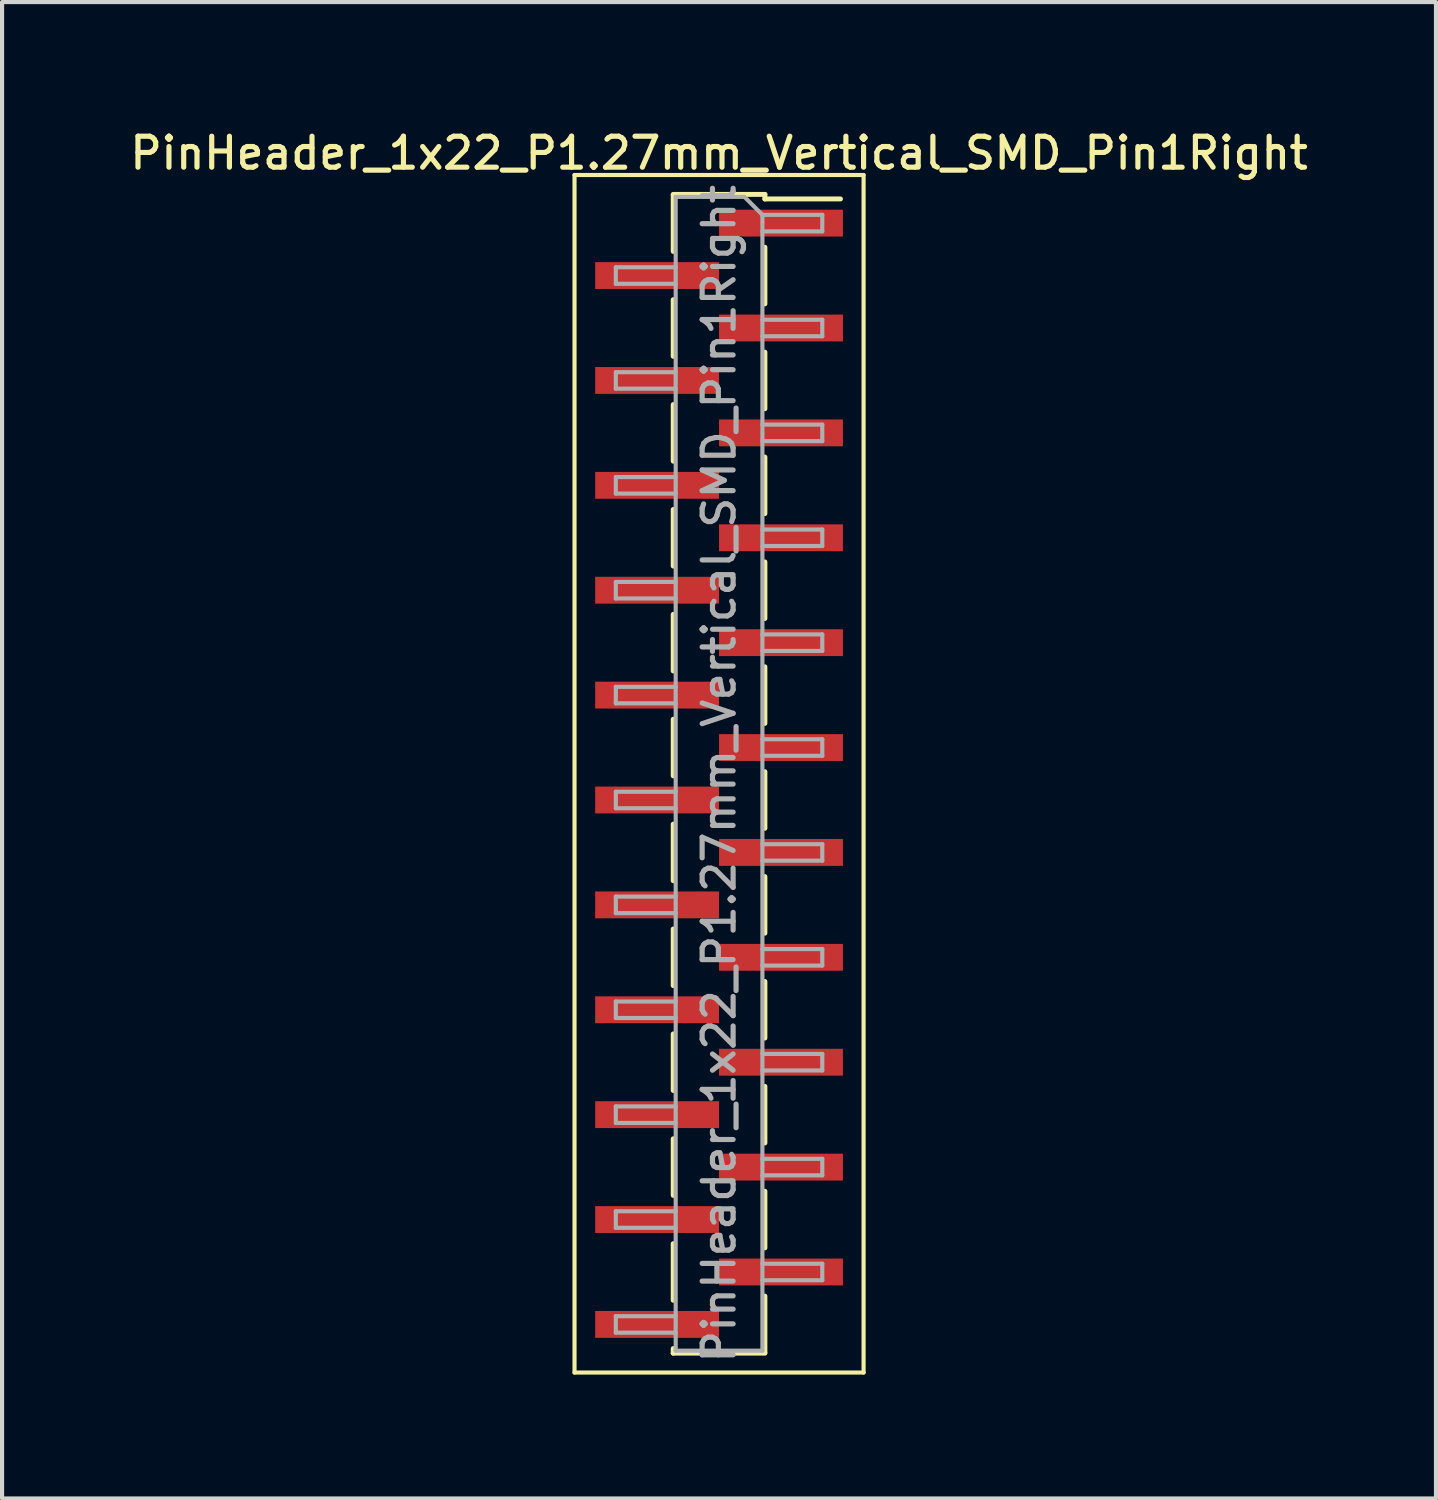
<source format=kicad_pcb>
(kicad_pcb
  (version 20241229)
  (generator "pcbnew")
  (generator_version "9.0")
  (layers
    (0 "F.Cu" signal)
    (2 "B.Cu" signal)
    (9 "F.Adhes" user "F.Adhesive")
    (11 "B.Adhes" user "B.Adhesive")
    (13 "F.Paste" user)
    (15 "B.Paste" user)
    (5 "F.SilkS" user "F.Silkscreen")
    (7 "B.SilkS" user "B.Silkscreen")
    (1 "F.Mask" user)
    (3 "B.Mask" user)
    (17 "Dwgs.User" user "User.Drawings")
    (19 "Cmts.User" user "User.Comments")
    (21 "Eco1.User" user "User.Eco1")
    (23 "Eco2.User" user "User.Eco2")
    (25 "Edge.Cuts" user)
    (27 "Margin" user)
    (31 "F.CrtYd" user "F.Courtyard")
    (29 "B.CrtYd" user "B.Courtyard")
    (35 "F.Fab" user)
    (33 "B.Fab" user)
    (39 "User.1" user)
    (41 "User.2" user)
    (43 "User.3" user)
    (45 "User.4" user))
  (footprint "PinHeader_1x22_P1.27mm_Vertical_SMD_Pin1Right"
    (layer "F.Cu")
    (at 14.363 15.688)
    (property "Reference" "PinHeader_1x22_P1.27mm_Vertical_SMD_Pin1Right" (at 0 -15.03 0) (layer "F.SilkS") (effects (font (size 0.75 0.75) (thickness 0.125))))
    (attr smd)
    (fp_line (start -3.5 -14.5) (end -3.5 14.5) (stroke (width 0.1) (type solid)) (layer "F.SilkS"))
    (fp_line (start -3.5 14.5) (end 3.5 14.5) (stroke (width 0.1) (type solid)) (layer "F.SilkS"))
    (fp_line (start -1.11 -14.03) (end 1.11 -14.03) (stroke (width 0.12) (type solid)) (layer "F.SilkS"))
    (fp_line (start -1.11 -14.02) (end -1.11 -12.65) (stroke (width 0.12) (type solid)) (layer "F.SilkS"))
    (fp_line (start -1.11 -11.48) (end -1.11 -10.11) (stroke (width 0.12) (type solid)) (layer "F.SilkS"))
    (fp_line (start -1.11 -8.94) (end -1.11 -7.57) (stroke (width 0.12) (type solid)) (layer "F.SilkS"))
    (fp_line (start -1.11 -6.4) (end -1.11 -5.03) (stroke (width 0.12) (type solid)) (layer "F.SilkS"))
    (fp_line (start -1.11 -3.86) (end -1.11 -2.49) (stroke (width 0.12) (type solid)) (layer "F.SilkS"))
    (fp_line (start -1.11 -1.32) (end -1.11 0.05) (stroke (width 0.12) (type solid)) (layer "F.SilkS"))
    (fp_line (start -1.11 1.22) (end -1.11 2.59) (stroke (width 0.12) (type solid)) (layer "F.SilkS"))
    (fp_line (start -1.11 3.76) (end -1.11 5.13) (stroke (width 0.12) (type solid)) (layer "F.SilkS"))
    (fp_line (start -1.11 6.3) (end -1.11 7.67) (stroke (width 0.12) (type solid)) (layer "F.SilkS"))
    (fp_line (start -1.11 8.84) (end -1.11 10.21) (stroke (width 0.12) (type solid)) (layer "F.SilkS"))
    (fp_line (start -1.11 11.38) (end -1.11 12.75) (stroke (width 0.12) (type solid)) (layer "F.SilkS"))
    (fp_line (start -1.11 13.92) (end -1.11 14.03) (stroke (width 0.12) (type solid)) (layer "F.SilkS"))
    (fp_line (start -1.11 14.03) (end 1.11 14.03) (stroke (width 0.12) (type solid)) (layer "F.SilkS"))
    (fp_line (start 1.11 -14.03) (end 1.11 -13.92) (stroke (width 0.12) (type solid)) (layer "F.SilkS"))
    (fp_line (start 1.11 -13.92) (end 2.94 -13.92) (stroke (width 0.12) (type solid)) (layer "F.SilkS"))
    (fp_line (start 1.11 -12.75) (end 1.11 -11.38) (stroke (width 0.12) (type solid)) (layer "F.SilkS"))
    (fp_line (start 1.11 -10.21) (end 1.11 -8.84) (stroke (width 0.12) (type solid)) (layer "F.SilkS"))
    (fp_line (start 1.11 -7.67) (end 1.11 -6.3) (stroke (width 0.12) (type solid)) (layer "F.SilkS"))
    (fp_line (start 1.11 -5.13) (end 1.11 -3.76) (stroke (width 0.12) (type solid)) (layer "F.SilkS"))
    (fp_line (start 1.11 -2.59) (end 1.11 -1.22) (stroke (width 0.12) (type solid)) (layer "F.SilkS"))
    (fp_line (start 1.11 -0.05) (end 1.11 1.32) (stroke (width 0.12) (type solid)) (layer "F.SilkS"))
    (fp_line (start 1.11 2.49) (end 1.11 3.86) (stroke (width 0.12) (type solid)) (layer "F.SilkS"))
    (fp_line (start 1.11 5.03) (end 1.11 6.4) (stroke (width 0.12) (type solid)) (layer "F.SilkS"))
    (fp_line (start 1.11 7.57) (end 1.11 8.94) (stroke (width 0.12) (type solid)) (layer "F.SilkS"))
    (fp_line (start 1.11 10.11) (end 1.11 11.48) (stroke (width 0.12) (type solid)) (layer "F.SilkS"))
    (fp_line (start 1.11 12.65) (end 1.11 14.02) (stroke (width 0.12) (type solid)) (layer "F.SilkS"))
    (fp_line (start 3.5 -14.5) (end -3.5 -14.5) (stroke (width 0.1) (type solid)) (layer "F.SilkS"))
    (fp_line (start 3.5 14.5) (end 3.5 -14.5) (stroke (width 0.1) (type solid)) (layer "F.SilkS"))
    (fp_line (start -2.5 -12.265) (end -2.5 -11.865) (stroke (width 0.1) (type solid)) (layer "F.Fab"))
    (fp_line (start -2.5 -11.865) (end -1.05 -11.865) (stroke (width 0.1) (type solid)) (layer "F.Fab"))
    (fp_line (start -2.5 -9.725) (end -2.5 -9.325) (stroke (width 0.1) (type solid)) (layer "F.Fab"))
    (fp_line (start -2.5 -9.325) (end -1.05 -9.325) (stroke (width 0.1) (type solid)) (layer "F.Fab"))
    (fp_line (start -2.5 -7.185) (end -2.5 -6.785) (stroke (width 0.1) (type solid)) (layer "F.Fab"))
    (fp_line (start -2.5 -6.785) (end -1.05 -6.785) (stroke (width 0.1) (type solid)) (layer "F.Fab"))
    (fp_line (start -2.5 -4.645) (end -2.5 -4.245) (stroke (width 0.1) (type solid)) (layer "F.Fab"))
    (fp_line (start -2.5 -4.245) (end -1.05 -4.245) (stroke (width 0.1) (type solid)) (layer "F.Fab"))
    (fp_line (start -2.5 -2.105) (end -2.5 -1.705) (stroke (width 0.1) (type solid)) (layer "F.Fab"))
    (fp_line (start -2.5 -1.705) (end -1.05 -1.705) (stroke (width 0.1) (type solid)) (layer "F.Fab"))
    (fp_line (start -2.5 0.435) (end -2.5 0.835) (stroke (width 0.1) (type solid)) (layer "F.Fab"))
    (fp_line (start -2.5 0.835) (end -1.05 0.835) (stroke (width 0.1) (type solid)) (layer "F.Fab"))
    (fp_line (start -2.5 2.975) (end -2.5 3.375) (stroke (width 0.1) (type solid)) (layer "F.Fab"))
    (fp_line (start -2.5 3.375) (end -1.05 3.375) (stroke (width 0.1) (type solid)) (layer "F.Fab"))
    (fp_line (start -2.5 5.515) (end -2.5 5.915) (stroke (width 0.1) (type solid)) (layer "F.Fab"))
    (fp_line (start -2.5 5.915) (end -1.05 5.915) (stroke (width 0.1) (type solid)) (layer "F.Fab"))
    (fp_line (start -2.5 8.055) (end -2.5 8.455) (stroke (width 0.1) (type solid)) (layer "F.Fab"))
    (fp_line (start -2.5 8.455) (end -1.05 8.455) (stroke (width 0.1) (type solid)) (layer "F.Fab"))
    (fp_line (start -2.5 10.595) (end -2.5 10.995) (stroke (width 0.1) (type solid)) (layer "F.Fab"))
    (fp_line (start -2.5 10.995) (end -1.05 10.995) (stroke (width 0.1) (type solid)) (layer "F.Fab"))
    (fp_line (start -2.5 13.135) (end -2.5 13.535) (stroke (width 0.1) (type solid)) (layer "F.Fab"))
    (fp_line (start -2.5 13.535) (end -1.05 13.535) (stroke (width 0.1) (type solid)) (layer "F.Fab"))
    (fp_line (start -1.05 -13.97) (end -1.05 13.97) (stroke (width 0.1) (type solid)) (layer "F.Fab"))
    (fp_line (start -1.05 -13.97) (end 0.615 -13.97) (stroke (width 0.1) (type solid)) (layer "F.Fab"))
    (fp_line (start -1.05 -12.265) (end -2.5 -12.265) (stroke (width 0.1) (type solid)) (layer "F.Fab"))
    (fp_line (start -1.05 -9.725) (end -2.5 -9.725) (stroke (width 0.1) (type solid)) (layer "F.Fab"))
    (fp_line (start -1.05 -7.185) (end -2.5 -7.185) (stroke (width 0.1) (type solid)) (layer "F.Fab"))
    (fp_line (start -1.05 -4.645) (end -2.5 -4.645) (stroke (width 0.1) (type solid)) (layer "F.Fab"))
    (fp_line (start -1.05 -2.105) (end -2.5 -2.105) (stroke (width 0.1) (type solid)) (layer "F.Fab"))
    (fp_line (start -1.05 0.435) (end -2.5 0.435) (stroke (width 0.1) (type solid)) (layer "F.Fab"))
    (fp_line (start -1.05 2.975) (end -2.5 2.975) (stroke (width 0.1) (type solid)) (layer "F.Fab"))
    (fp_line (start -1.05 5.515) (end -2.5 5.515) (stroke (width 0.1) (type solid)) (layer "F.Fab"))
    (fp_line (start -1.05 8.055) (end -2.5 8.055) (stroke (width 0.1) (type solid)) (layer "F.Fab"))
    (fp_line (start -1.05 10.595) (end -2.5 10.595) (stroke (width 0.1) (type solid)) (layer "F.Fab"))
    (fp_line (start -1.05 13.135) (end -2.5 13.135) (stroke (width 0.1) (type solid)) (layer "F.Fab"))
    (fp_line (start 1.05 -13.535) (end 0.615 -13.97) (stroke (width 0.1) (type solid)) (layer "F.Fab"))
    (fp_line (start 1.05 -13.535) (end 2.5 -13.535) (stroke (width 0.1) (type solid)) (layer "F.Fab"))
    (fp_line (start 1.05 -10.995) (end 2.5 -10.995) (stroke (width 0.1) (type solid)) (layer "F.Fab"))
    (fp_line (start 1.05 -8.455) (end 2.5 -8.455) (stroke (width 0.1) (type solid)) (layer "F.Fab"))
    (fp_line (start 1.05 -5.915) (end 2.5 -5.915) (stroke (width 0.1) (type solid)) (layer "F.Fab"))
    (fp_line (start 1.05 -3.375) (end 2.5 -3.375) (stroke (width 0.1) (type solid)) (layer "F.Fab"))
    (fp_line (start 1.05 -0.835) (end 2.5 -0.835) (stroke (width 0.1) (type solid)) (layer "F.Fab"))
    (fp_line (start 1.05 1.705) (end 2.5 1.705) (stroke (width 0.1) (type solid)) (layer "F.Fab"))
    (fp_line (start 1.05 4.245) (end 2.5 4.245) (stroke (width 0.1) (type solid)) (layer "F.Fab"))
    (fp_line (start 1.05 6.785) (end 2.5 6.785) (stroke (width 0.1) (type solid)) (layer "F.Fab"))
    (fp_line (start 1.05 9.325) (end 2.5 9.325) (stroke (width 0.1) (type solid)) (layer "F.Fab"))
    (fp_line (start 1.05 11.865) (end 2.5 11.865) (stroke (width 0.1) (type solid)) (layer "F.Fab"))
    (fp_line (start 1.05 13.97) (end -1.05 13.97) (stroke (width 0.1) (type solid)) (layer "F.Fab"))
    (fp_line (start 1.05 13.97) (end 1.05 -13.535) (stroke (width 0.1) (type solid)) (layer "F.Fab"))
    (fp_line (start 2.5 -13.535) (end 2.5 -13.135) (stroke (width 0.1) (type solid)) (layer "F.Fab"))
    (fp_line (start 2.5 -13.135) (end 1.05 -13.135) (stroke (width 0.1) (type solid)) (layer "F.Fab"))
    (fp_line (start 2.5 -10.995) (end 2.5 -10.595) (stroke (width 0.1) (type solid)) (layer "F.Fab"))
    (fp_line (start 2.5 -10.595) (end 1.05 -10.595) (stroke (width 0.1) (type solid)) (layer "F.Fab"))
    (fp_line (start 2.5 -8.455) (end 2.5 -8.055) (stroke (width 0.1) (type solid)) (layer "F.Fab"))
    (fp_line (start 2.5 -8.055) (end 1.05 -8.055) (stroke (width 0.1) (type solid)) (layer "F.Fab"))
    (fp_line (start 2.5 -5.915) (end 2.5 -5.515) (stroke (width 0.1) (type solid)) (layer "F.Fab"))
    (fp_line (start 2.5 -5.515) (end 1.05 -5.515) (stroke (width 0.1) (type solid)) (layer "F.Fab"))
    (fp_line (start 2.5 -3.375) (end 2.5 -2.975) (stroke (width 0.1) (type solid)) (layer "F.Fab"))
    (fp_line (start 2.5 -2.975) (end 1.05 -2.975) (stroke (width 0.1) (type solid)) (layer "F.Fab"))
    (fp_line (start 2.5 -0.835) (end 2.5 -0.435) (stroke (width 0.1) (type solid)) (layer "F.Fab"))
    (fp_line (start 2.5 -0.435) (end 1.05 -0.435) (stroke (width 0.1) (type solid)) (layer "F.Fab"))
    (fp_line (start 2.5 1.705) (end 2.5 2.105) (stroke (width 0.1) (type solid)) (layer "F.Fab"))
    (fp_line (start 2.5 2.105) (end 1.05 2.105) (stroke (width 0.1) (type solid)) (layer "F.Fab"))
    (fp_line (start 2.5 4.245) (end 2.5 4.645) (stroke (width 0.1) (type solid)) (layer "F.Fab"))
    (fp_line (start 2.5 4.645) (end 1.05 4.645) (stroke (width 0.1) (type solid)) (layer "F.Fab"))
    (fp_line (start 2.5 6.785) (end 2.5 7.185) (stroke (width 0.1) (type solid)) (layer "F.Fab"))
    (fp_line (start 2.5 7.185) (end 1.05 7.185) (stroke (width 0.1) (type solid)) (layer "F.Fab"))
    (fp_line (start 2.5 9.325) (end 2.5 9.725) (stroke (width 0.1) (type solid)) (layer "F.Fab"))
    (fp_line (start 2.5 9.725) (end 1.05 9.725) (stroke (width 0.1) (type solid)) (layer "F.Fab"))
    (fp_line (start 2.5 11.865) (end 2.5 12.265) (stroke (width 0.1) (type solid)) (layer "F.Fab"))
    (fp_line (start 2.5 12.265) (end 1.05 12.265) (stroke (width 0.1) (type solid)) (layer "F.Fab"))
    (fp_text user "${REFERENCE}" (at 0 0 90) (layer "F.Fab") (effects (font (size 0.75 0.75) (thickness 0.125))))
    (pad "1" smd rect (at 1.5 -13.335) (size 3 0.65) (layers "F.Cu" "F.Mask" "F.Paste"))
    (pad "2" smd rect (at -1.5 -12.065) (size 3 0.65) (layers "F.Cu" "F.Mask" "F.Paste"))
    (pad "3" smd rect (at 1.5 -10.795) (size 3 0.65) (layers "F.Cu" "F.Mask" "F.Paste"))
    (pad "4" smd rect (at -1.5 -9.525) (size 3 0.65) (layers "F.Cu" "F.Mask" "F.Paste"))
    (pad "5" smd rect (at 1.5 -8.255) (size 3 0.65) (layers "F.Cu" "F.Mask" "F.Paste"))
    (pad "6" smd rect (at -1.5 -6.985) (size 3 0.65) (layers "F.Cu" "F.Mask" "F.Paste"))
    (pad "7" smd rect (at 1.5 -5.715) (size 3 0.65) (layers "F.Cu" "F.Mask" "F.Paste"))
    (pad "8" smd rect (at -1.5 -4.445) (size 3 0.65) (layers "F.Cu" "F.Mask" "F.Paste"))
    (pad "9" smd rect (at 1.5 -3.175) (size 3 0.65) (layers "F.Cu" "F.Mask" "F.Paste"))
    (pad "10" smd rect (at -1.5 -1.905) (size 3 0.65) (layers "F.Cu" "F.Mask" "F.Paste"))
    (pad "11" smd rect (at 1.5 -0.635) (size 3 0.65) (layers "F.Cu" "F.Mask" "F.Paste"))
    (pad "12" smd rect (at -1.5 0.635) (size 3 0.65) (layers "F.Cu" "F.Mask" "F.Paste"))
    (pad "13" smd rect (at 1.5 1.905) (size 3 0.65) (layers "F.Cu" "F.Mask" "F.Paste"))
    (pad "14" smd rect (at -1.5 3.175) (size 3 0.65) (layers "F.Cu" "F.Mask" "F.Paste"))
    (pad "15" smd rect (at 1.5 4.445) (size 3 0.65) (layers "F.Cu" "F.Mask" "F.Paste"))
    (pad "16" smd rect (at -1.5 5.715) (size 3 0.65) (layers "F.Cu" "F.Mask" "F.Paste"))
    (pad "17" smd rect (at 1.5 6.985) (size 3 0.65) (layers "F.Cu" "F.Mask" "F.Paste"))
    (pad "18" smd rect (at -1.5 8.255) (size 3 0.65) (layers "F.Cu" "F.Mask" "F.Paste"))
    (pad "19" smd rect (at 1.5 9.525) (size 3 0.65) (layers "F.Cu" "F.Mask" "F.Paste"))
    (pad "20" smd rect (at -1.5 10.795) (size 3 0.65) (layers "F.Cu" "F.Mask" "F.Paste"))
    (pad "21" smd rect (at 1.5 12.065) (size 3 0.65) (layers "F.Cu" "F.Mask" "F.Paste"))
    (pad "22" smd rect (at -1.5 13.335) (size 3 0.65) (layers "F.Cu" "F.Mask" "F.Paste")))
  (gr_rect
    (start -3 -3)
    (end 31.725 33.238)
    (stroke (width 0.1) (type default))
    (fill no)
    (layer "Edge.Cuts")))
</source>
